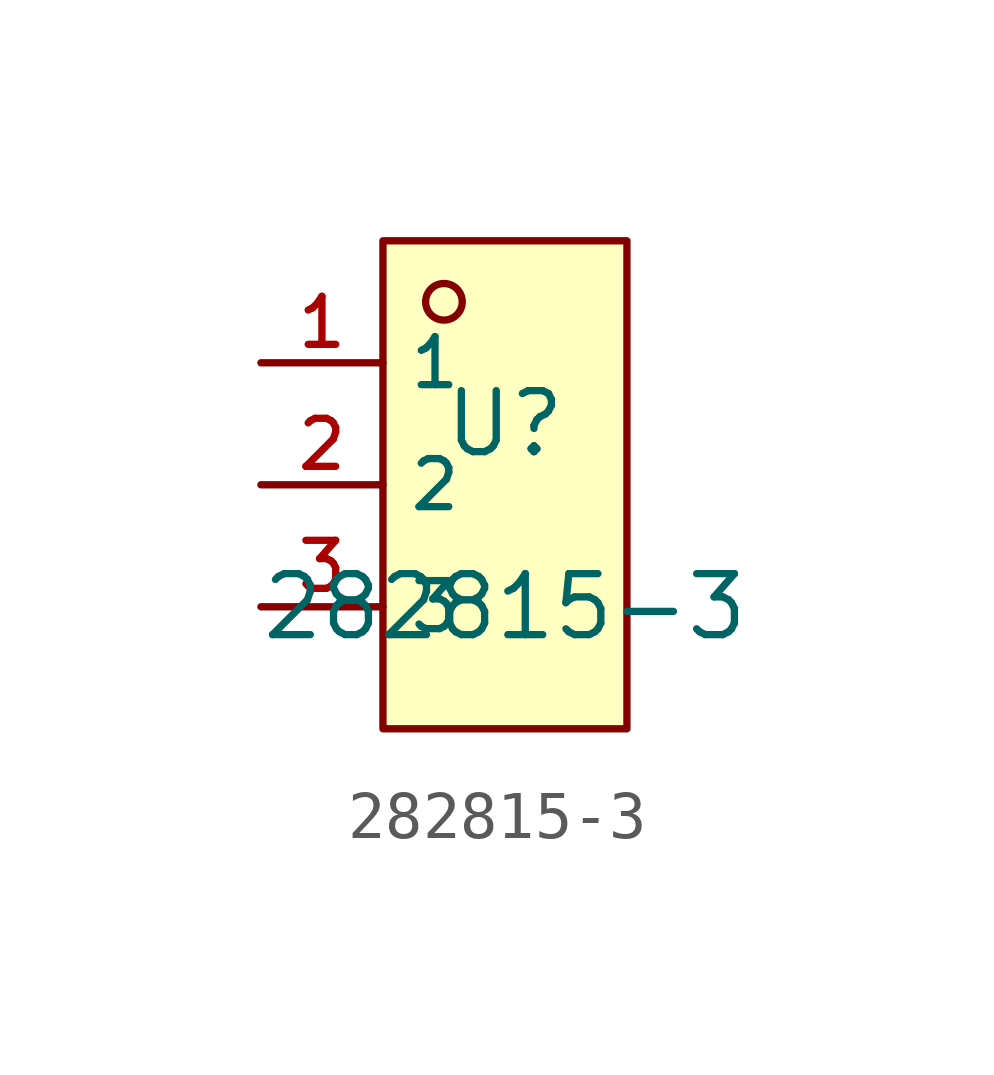
<source format=kicad_sym>
(kicad_symbol_lib
  (version 20210201)
  (generator TousstNicolas/JLC2KiCad_lib)
  (symbol "282815-3"
    (property "Reference" "U"
      (at 0 1.27 0)
      (effects (font (size 1.27 1.27))))
    (property "Value" "282815-3"
      (at 0 -2.54 0)
      (effects (font (size 1.27 1.27))))
    (symbol "282815-3_0_1"
      (rectangle (start -2.54 5.08) (end 2.54 -5.08) (stroke (width 0) (type default) (color 0 0 0 0)) (fill (type background)))
      (circle (center -1.27 3.81) (radius 0.381) (stroke (width 0) (type default) (color 0 0 0 0)) (fill (type background)))
      (pin unspecified line (at -5.08 2.54 0) (length 2.54) (name "1" (effects (font (size 1 1)))) (number "1" (effects (font (size 1 1)))))
      (pin unspecified line (at -5.08 -0.0 0) (length 2.54) (name "2" (effects (font (size 1 1)))) (number "2" (effects (font (size 1 1)))))
      (pin unspecified line (at -5.08 -2.54 0) (length 2.54) (name "3" (effects (font (size 1 1)))) (number "3" (effects (font (size 1 1))))))))
</source>
